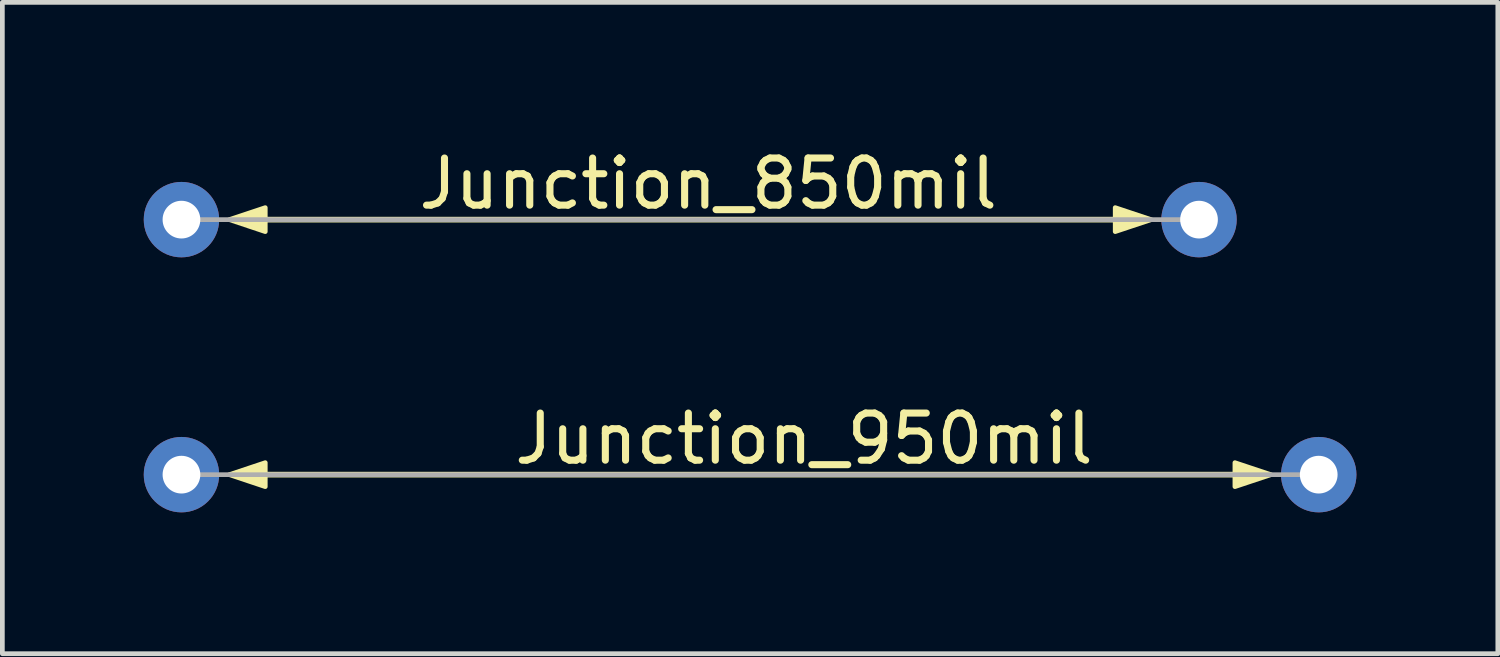
<source format=kicad_pcb>
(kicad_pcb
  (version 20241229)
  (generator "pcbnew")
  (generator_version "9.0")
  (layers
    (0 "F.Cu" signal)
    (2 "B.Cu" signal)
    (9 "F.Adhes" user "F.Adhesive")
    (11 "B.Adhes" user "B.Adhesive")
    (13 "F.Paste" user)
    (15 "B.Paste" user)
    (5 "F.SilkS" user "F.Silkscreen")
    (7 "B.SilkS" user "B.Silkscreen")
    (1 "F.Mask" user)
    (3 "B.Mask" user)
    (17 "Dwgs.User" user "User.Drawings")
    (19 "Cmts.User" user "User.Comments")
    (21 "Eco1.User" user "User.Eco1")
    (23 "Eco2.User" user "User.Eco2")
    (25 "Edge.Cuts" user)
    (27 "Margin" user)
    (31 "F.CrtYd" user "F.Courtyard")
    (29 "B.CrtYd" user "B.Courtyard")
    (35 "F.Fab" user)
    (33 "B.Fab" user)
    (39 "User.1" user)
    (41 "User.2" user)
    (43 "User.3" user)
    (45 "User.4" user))
  (footprint "Junction_950mil"
    (layer "F.Cu")
    (at 0.8 7.021)
    (property "Reference" "Junction_950mil" (at 13.208 -0.762 0) (layer "F.SilkS") (effects (font (size 1 1) (thickness 0.15))))
    (attr through_hole board_only)
    (fp_line (start 1.778 0) (end 22.352 0) (stroke (width 0.12) (type solid)) (layer "F.SilkS"))
    (fp_poly (pts (xy 1.016 0) (xy 1.778 -0.254) (xy 1.778 0.254)) (stroke (width 0.1) (type solid)) (fill yes) (layer "F.SilkS"))
    (fp_poly (pts (xy 23.114 0) (xy 22.352 -0.254) (xy 22.352 0.254)) (stroke (width 0.1) (type default)) (fill yes) (layer "F.SilkS"))
    (fp_line (start 0 0) (end 24.13 0) (stroke (width 0.1) (type solid)) (layer "F.Fab"))
    (pad "1" thru_hole circle (at 0 0) (size 1.6 1.6) (drill 0.8) (layers "*.Cu" "*.Mask"))
    (pad "2" thru_hole circle (at 24.13 0) (size 1.6 1.6) (drill 0.8) (layers "*.Cu" "*.Mask")))
  (footprint "Junction_850mil"
    (layer "F.Cu")
    (at 0.8 1.61)
    (property "Reference" "Junction_850mil" (at 11.176 -0.762 0) (layer "F.SilkS") (effects (font (size 1 1) (thickness 0.15))))
    (attr through_hole board_only)
    (fp_line (start 1.778 0) (end 19.812 0) (stroke (width 0.12) (type solid)) (layer "F.SilkS"))
    (fp_poly (pts (xy 1.016 0) (xy 1.778 -0.254) (xy 1.778 0.254)) (stroke (width 0.1) (type solid)) (fill yes) (layer "F.SilkS"))
    (fp_poly (pts (xy 20.574 0) (xy 19.812 -0.254) (xy 19.812 0.254)) (stroke (width 0.1) (type default)) (fill yes) (layer "F.SilkS"))
    (fp_line (start 0 0) (end 21.59 0) (stroke (width 0.1) (type solid)) (layer "F.Fab"))
    (pad "1" thru_hole circle (at 0 0) (size 1.6 1.6) (drill 0.8) (layers "*.Cu" "*.Mask"))
    (pad "2" thru_hole circle (at 21.59 0) (size 1.6 1.6) (drill 0.8) (layers "*.Cu" "*.Mask")))
  (gr_rect
    (start -3 -3)
    (end 28.73 10.82)
    (stroke (width 0.1) (type default))
    (fill no)
    (layer "Edge.Cuts")))
</source>
